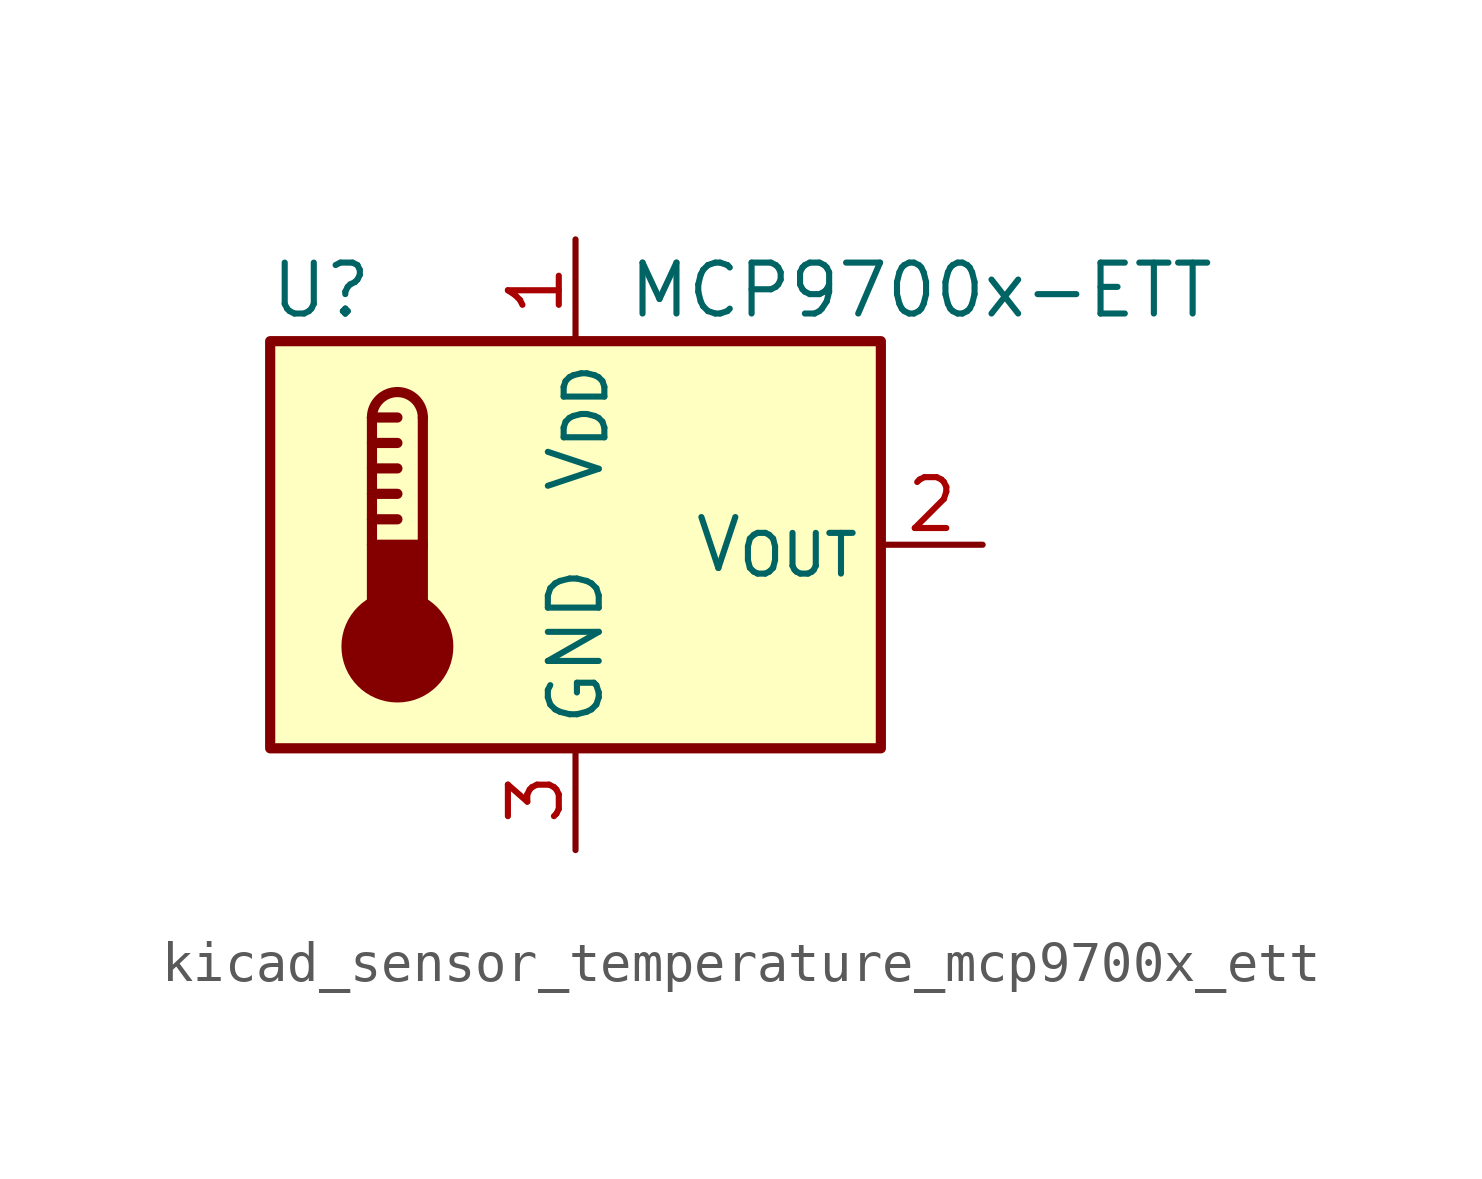
<source format=kicad_sym>
(kicad_symbol_lib
  (version 20220914)
  (generator kicad_symbol_editor)
  (symbol "kicad_sensor_temperature_mcp9700x_ett"
    (property "Reference" "U"
      (at -6.35 6.35 0)
      (effects (font (size 1.27 1.27))))
    (property "Value" "MCP9700x-ETT"
      (at 1.27 6.35 0)
      (effects (font (size 1.27 1.27)) (justify left)))
    (symbol "kicad_sensor_temperature_mcp9700x_ett_0_1"
      (rectangle (start -7.62 5.08) (end 7.62 -5.08) (stroke (width 0.254) (type default)) (fill (type background)))
      (circle (center -4.445 -2.54) (radius 1.27) (stroke (width 0.254) (type default)) (fill (type outline)))
      (rectangle (start -3.81 -1.905) (end -5.08 0) (stroke (width 0.254) (type default)) (fill (type outline)))
      (arc (start -3.81 3.175) (mid -4.445 3.8073) (end -5.08 3.175) (stroke (width 0.254) (type default)) (fill (type none)))
      (polyline (pts (xy -5.08 0.635) (xy -4.445 0.635)) (stroke (width 0.254) (type default)) (fill (type none)))
      (polyline (pts (xy -5.08 1.27) (xy -4.445 1.27)) (stroke (width 0.254) (type default)) (fill (type none)))
      (polyline (pts (xy -5.08 1.905) (xy -4.445 1.905)) (stroke (width 0.254) (type default)) (fill (type none)))
      (polyline (pts (xy -5.08 2.54) (xy -4.445 2.54)) (stroke (width 0.254) (type default)) (fill (type none)))
      (polyline (pts (xy -5.08 3.175) (xy -5.08 0)) (stroke (width 0.254) (type default)) (fill (type none)))
      (polyline (pts (xy -5.08 3.175) (xy -4.445 3.175)) (stroke (width 0.254) (type default)) (fill (type none)))
      (polyline (pts (xy -3.81 3.175) (xy -3.81 0)) (stroke (width 0.254) (type default)) (fill (type none))))
    (symbol "kicad_sensor_temperature_mcp9700x_ett_1_1"
      (pin power_in line (at 0 7.62 270) (length 2.54) (name "V_{DD}" (effects (font (size 1.27 1.27)))) (number "1" (effects (font (size 1.27 1.27)))))
      (pin output line (at 10.16 0 180) (length 2.54) (name "V_{OUT}" (effects (font (size 1.27 1.27)))) (number "2" (effects (font (size 1.27 1.27)))))
      (pin power_in line (at 0 -7.62 90) (length 2.54) (name "GND" (effects (font (size 1.27 1.27)))) (number "3" (effects (font (size 1.27 1.27))))))))
</source>
